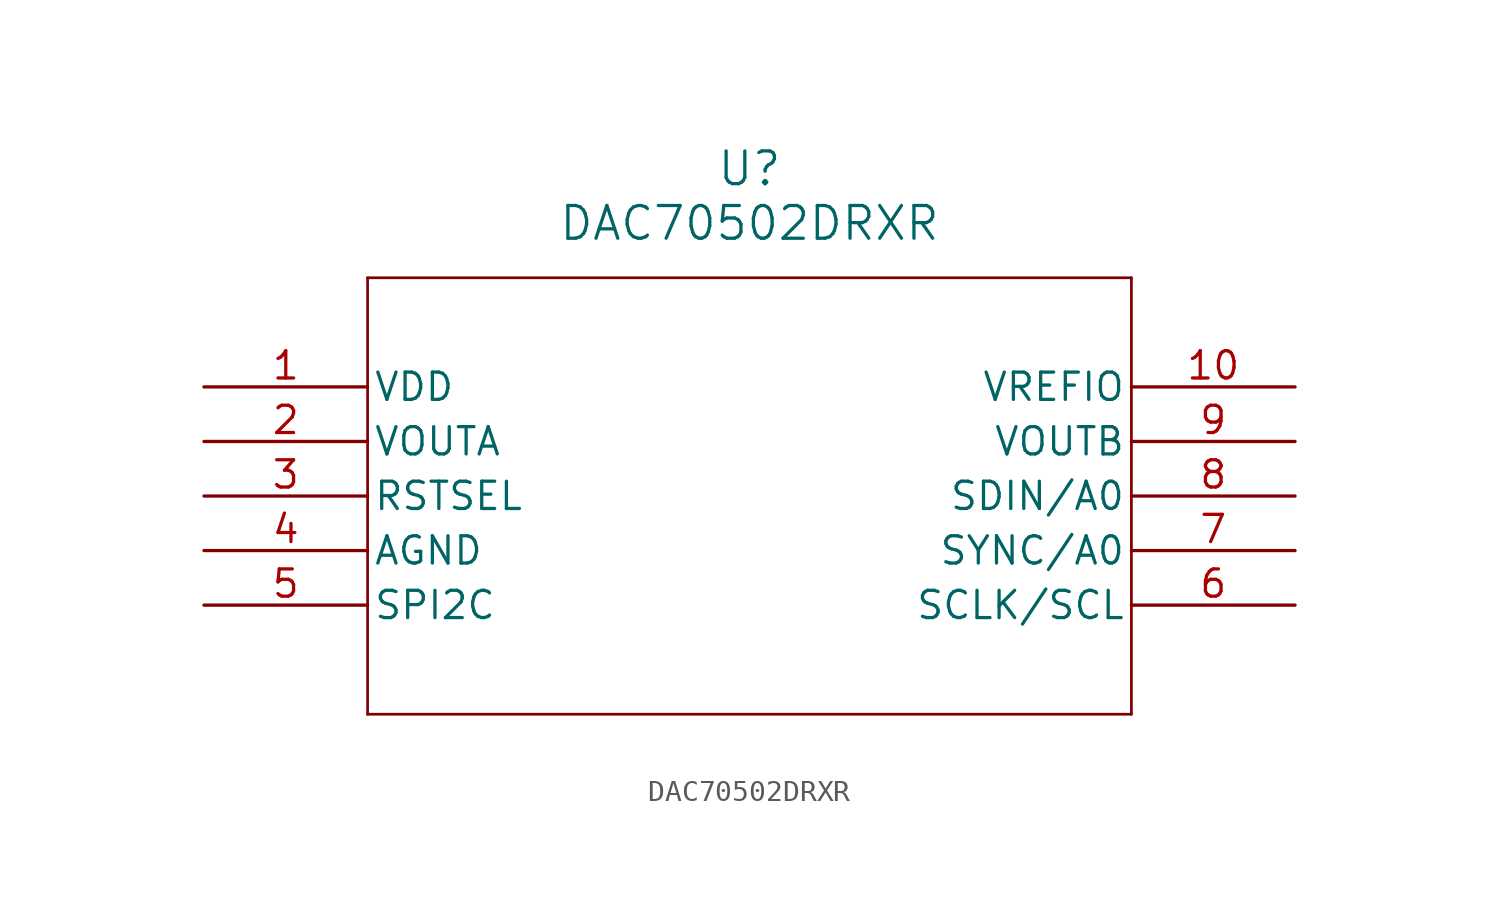
<source format=kicad_sym>
(kicad_symbol_lib
  (version 20211014)
  (generator kicad_symbol_editor)
  (symbol "DAC70502DRXR"
    (pin_names
      (offset 0.254))
    (property "Reference" "U"
      (at 25.4 10.16 0)
      (effects (font (size 1.524 1.524))))
    (property "Value" "DAC70502DRXR"
      (at 25.4 7.62 0)
      (effects (font (size 1.524 1.524))))
    (symbol "DAC70502DRXR_0_1"
      (polyline (pts (xy 7.62 5.08) (xy 7.62 -15.24)) (stroke (width 0.127) (type default) (color 0 0 0 0)) (fill (type none)))
      (polyline (pts (xy 7.62 -15.24) (xy 43.18 -15.24)) (stroke (width 0.127) (type default) (color 0 0 0 0)) (fill (type none)))
      (polyline (pts (xy 43.18 -15.24) (xy 43.18 5.08)) (stroke (width 0.127) (type default) (color 0 0 0 0)) (fill (type none)))
      (polyline (pts (xy 43.18 5.08) (xy 7.62 5.08)) (stroke (width 0.127) (type default) (color 0 0 0 0)) (fill (type none)))
      (pin power_in line (at 0 0 0) (length 7.62) (name "VDD" (effects (font (size 1.27 1.27)))) (number "1" (effects (font (size 1.27 1.27)))))
      (pin output line (at 0 -2.54 0) (length 7.62) (name "VOUTA" (effects (font (size 1.27 1.27)))) (number "2" (effects (font (size 1.27 1.27)))))
      (pin unspecified line (at 0 -5.08 0) (length 7.62) (name "RSTSEL" (effects (font (size 1.27 1.27)))) (number "3" (effects (font (size 1.27 1.27)))))
      (pin power_out line (at 0 -7.62 0) (length 7.62) (name "AGND" (effects (font (size 1.27 1.27)))) (number "4" (effects (font (size 1.27 1.27)))))
      (pin unspecified line (at 0 -10.16 0) (length 7.62) (name "SPI2C" (effects (font (size 1.27 1.27)))) (number "5" (effects (font (size 1.27 1.27)))))
      (pin unspecified line (at 50.8 -10.16 180) (length 7.62) (name "SCLK/SCL" (effects (font (size 1.27 1.27)))) (number "6" (effects (font (size 1.27 1.27)))))
      (pin unspecified line (at 50.8 -7.62 180) (length 7.62) (name "SYNC/A0" (effects (font (size 1.27 1.27)))) (number "7" (effects (font (size 1.27 1.27)))))
      (pin unspecified line (at 50.8 -5.08 180) (length 7.62) (name "SDIN/A0" (effects (font (size 1.27 1.27)))) (number "8" (effects (font (size 1.27 1.27)))))
      (pin output line (at 50.8 -2.54 180) (length 7.62) (name "VOUTB" (effects (font (size 1.27 1.27)))) (number "9" (effects (font (size 1.27 1.27)))))
      (pin power_in line (at 50.8 0 180) (length 7.62) (name "VREFIO" (effects (font (size 1.27 1.27)))) (number "10" (effects (font (size 1.27 1.27))))))))
</source>
